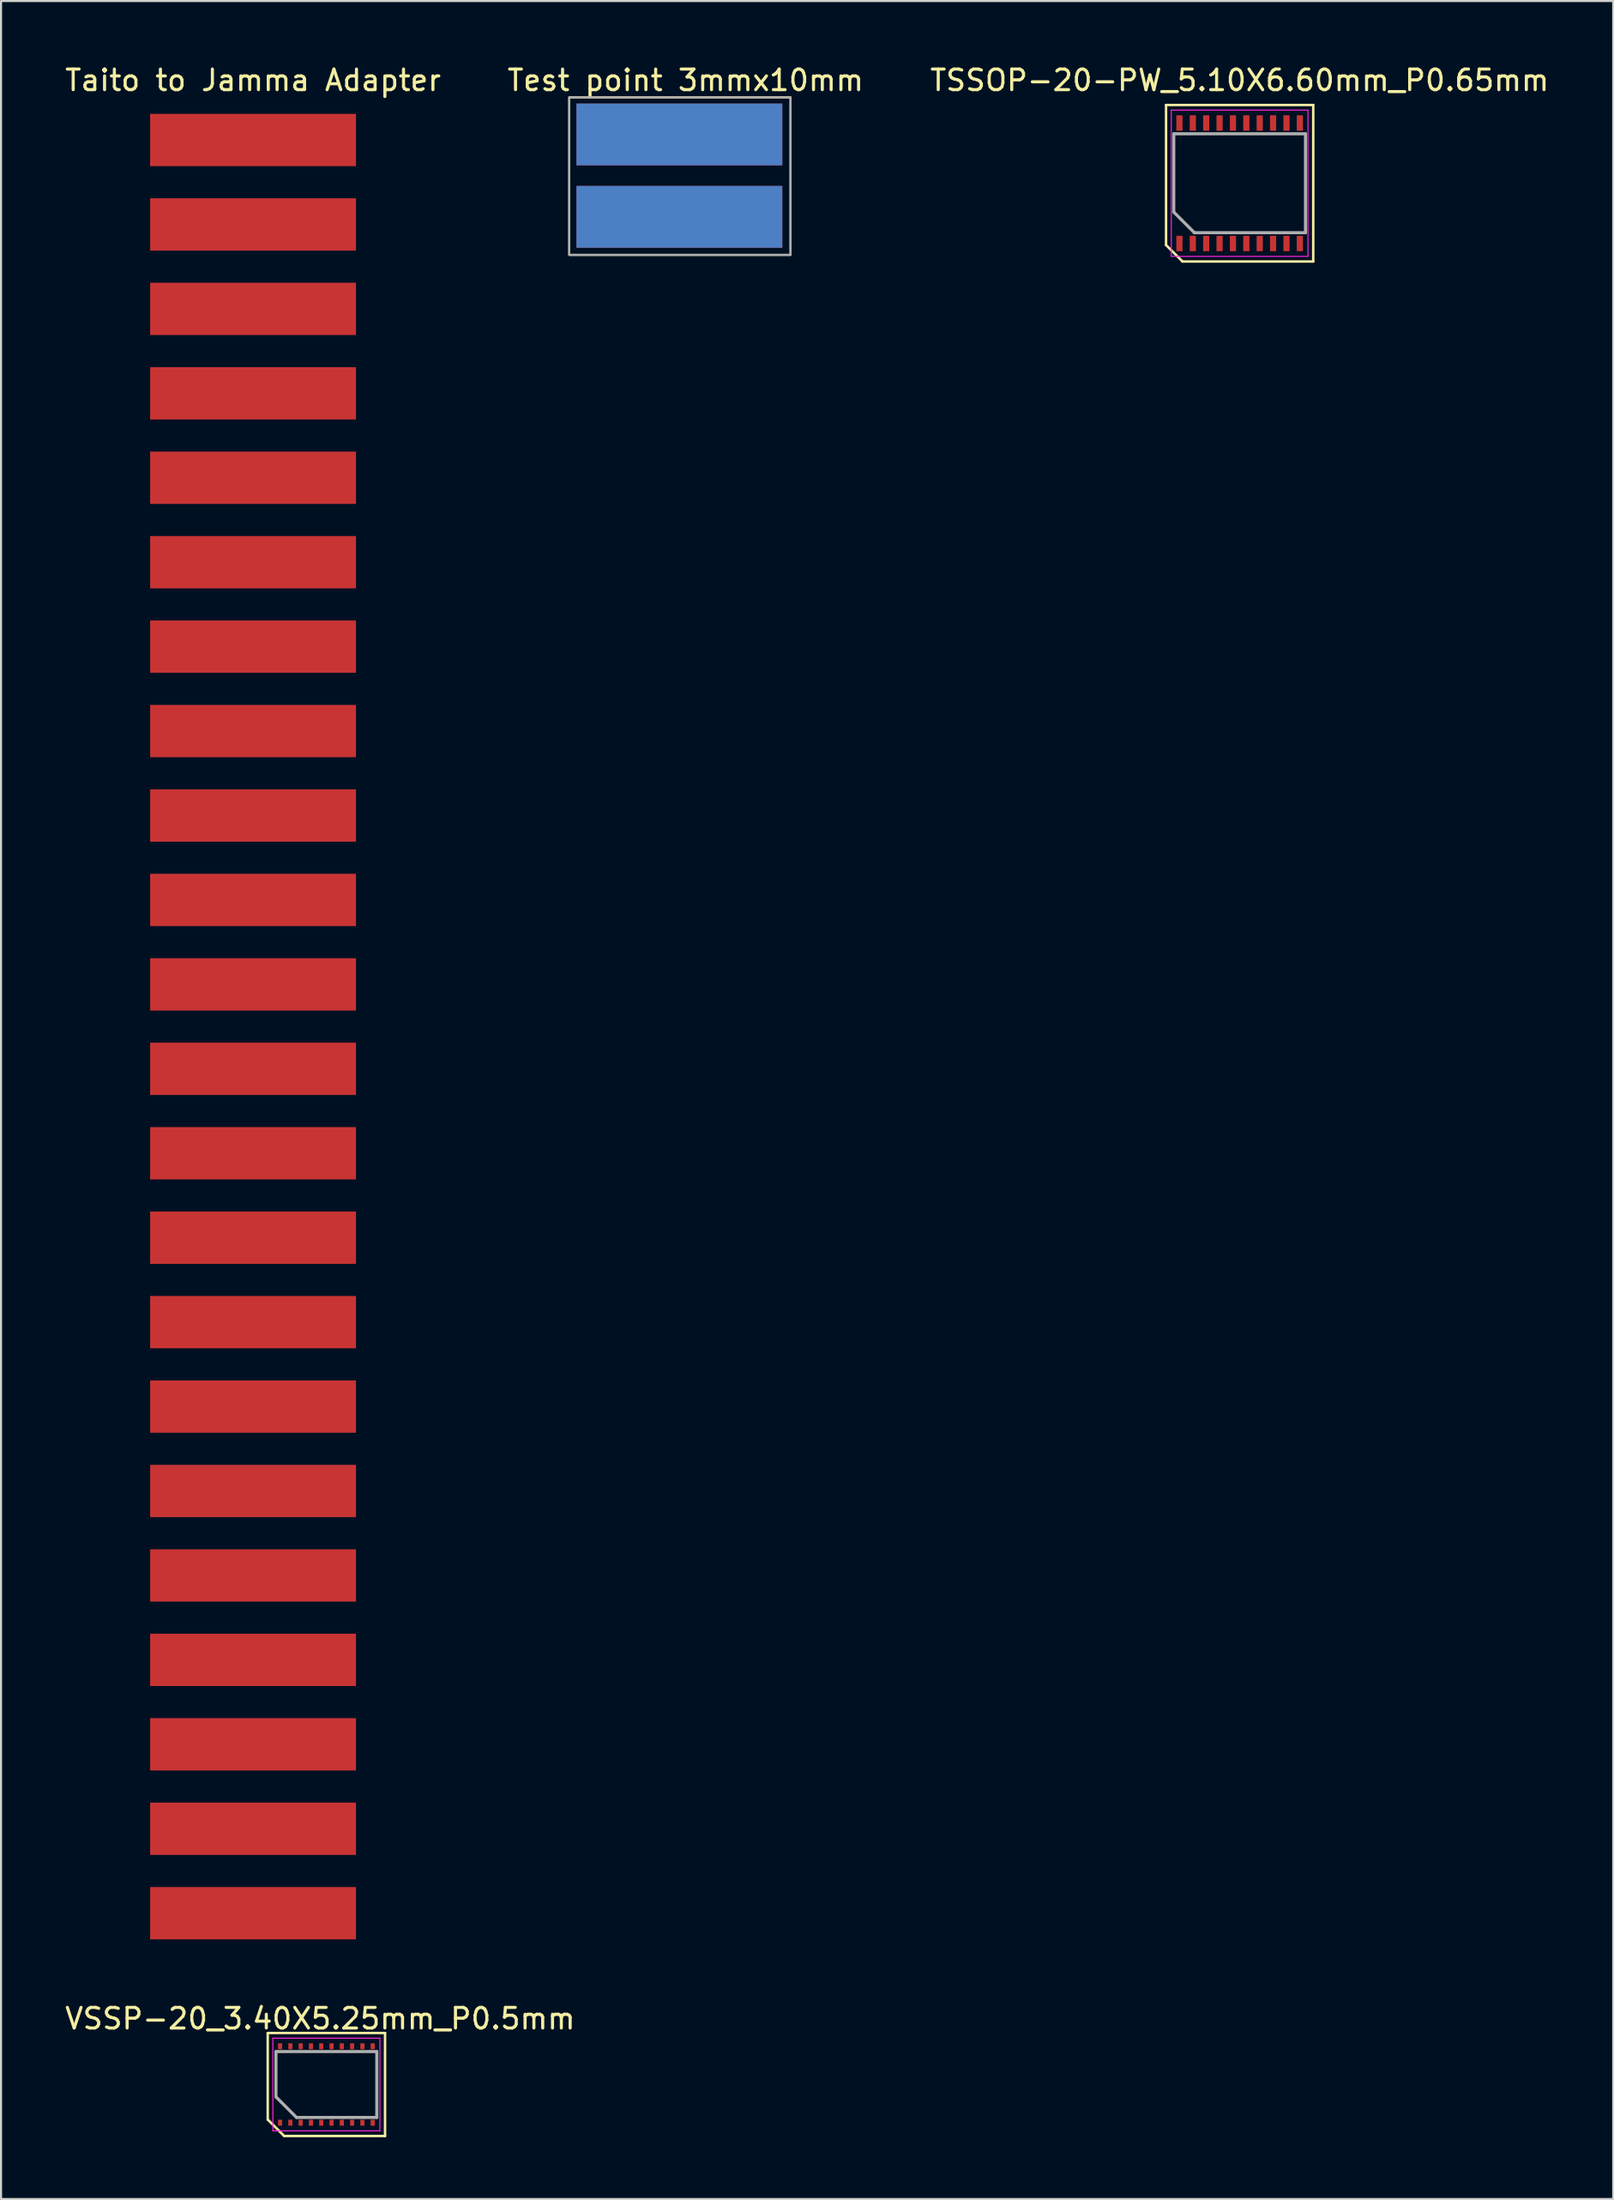
<source format=kicad_pcb>
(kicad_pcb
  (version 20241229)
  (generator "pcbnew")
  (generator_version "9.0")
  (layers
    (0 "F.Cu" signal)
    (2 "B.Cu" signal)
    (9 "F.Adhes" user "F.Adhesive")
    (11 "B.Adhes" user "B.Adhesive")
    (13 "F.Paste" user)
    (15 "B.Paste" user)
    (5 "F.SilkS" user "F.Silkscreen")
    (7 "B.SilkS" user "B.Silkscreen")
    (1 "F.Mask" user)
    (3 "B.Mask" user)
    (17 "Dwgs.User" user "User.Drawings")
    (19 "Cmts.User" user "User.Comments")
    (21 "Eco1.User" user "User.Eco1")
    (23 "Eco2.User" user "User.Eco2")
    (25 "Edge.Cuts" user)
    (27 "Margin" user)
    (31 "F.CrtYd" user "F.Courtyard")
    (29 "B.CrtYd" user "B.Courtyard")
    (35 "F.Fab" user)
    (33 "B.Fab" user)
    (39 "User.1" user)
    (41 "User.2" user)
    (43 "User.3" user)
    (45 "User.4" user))
  (footprint "Test point 3mmx10mm"
    (layer "F.Cu")
    (at 30.106 5.478)
    (property "Reference" "Test point 3mmx10mm" (at 0.15 -4.63 0) (unlocked yes) (layer "F.SilkS") (effects (font (size 1 1) (thickness 0.15))))
    (attr smd allow_missing_courtyard)
    (fp_rect (start -5.5 -3.8) (end 5.25 3.85) (stroke (width 0.1) (type default)) (fill no) (layer "F.SilkS"))
    (fp_rect (start -5.5 -3.8) (end 5.25 3.85) (stroke (width 0.1) (type default)) (fill no) (layer "F.Fab"))
    (pad "1" connect rect (at -0.15 -2 90) (size 3 10) (layers "F.Cu" "F.Mask"))
    (pad "2" connect rect (at -0.15 -2 90) (size 3 10) (layers "B.Cu" "B.Mask"))
    (pad "3" connect rect (at -0.15 2 90) (size 3 10) (layers "F.Cu" "F.Mask"))
    (pad "4" connect rect (at -0.15 2 90) (size 3 10) (layers "B.Cu" "B.Mask")))
  (footprint "VSSP-20_3.40X5.25mm_P0.5mm"
    (layer "F.Cu")
    (at 12.806 98.166)
    (property "Reference" "VSSP-20_3.40X5.25mm_P0.5mm" (at -0.3 -3.2 180) (layer "F.SilkS") (effects (font (size 1 1) (thickness 0.15))))
    (attr smd)
    (fp_line (start -2.85 -2.5) (end 2.85 -2.5) (stroke (width 0.12) (type solid)) (layer "F.SilkS"))
    (fp_line (start -2.85 1.7) (end -2.85 -2.5) (stroke (width 0.12) (type solid)) (layer "F.SilkS"))
    (fp_line (start -2.05 2.5) (end -2.85 1.7) (stroke (width 0.12) (type solid)) (layer "F.SilkS"))
    (fp_line (start 2.85 -2.5) (end 2.85 2.5) (stroke (width 0.12) (type solid)) (layer "F.SilkS"))
    (fp_line (start 2.85 2.5) (end -2.05 2.5) (stroke (width 0.12) (type solid)) (layer "F.SilkS"))
    (fp_line (start -2.6 -2.25) (end 2.6 -2.25) (stroke (width 0.05) (type solid)) (layer "F.CrtYd"))
    (fp_line (start -2.6 2.25) (end -2.6 -2.25) (stroke (width 0.05) (type solid)) (layer "F.CrtYd"))
    (fp_line (start 2.6 -2.25) (end 2.6 2.25) (stroke (width 0.05) (type solid)) (layer "F.CrtYd"))
    (fp_line (start 2.6 2.25) (end -2.6 2.25) (stroke (width 0.05) (type solid)) (layer "F.CrtYd"))
    (fp_line (start -2.45 -1.6) (end 2.45 -1.6) (stroke (width 0.15) (type solid)) (layer "F.Fab"))
    (fp_line (start -2.45 0.6) (end -2.45 -1.6) (stroke (width 0.15) (type solid)) (layer "F.Fab"))
    (fp_line (start -2.45 0.6) (end -1.45 1.6) (stroke (width 0.15) (type solid)) (layer "F.Fab"))
    (fp_line (start 2.45 -1.6) (end 2.45 1.6) (stroke (width 0.15) (type solid)) (layer "F.Fab"))
    (fp_line (start 2.45 1.6) (end -1.45 1.6) (stroke (width 0.15) (type solid)) (layer "F.Fab"))
    (pad "1" smd rect (at -2.25 1.855) (size 0.2 0.29) (layers "F.Cu" "F.Mask" "F.Paste"))
    (pad "2" smd rect (at -1.75 1.855) (size 0.2 0.29) (layers "F.Cu" "F.Mask" "F.Paste"))
    (pad "3" smd rect (at -1.25 1.855) (size 0.2 0.29) (layers "F.Cu" "F.Mask" "F.Paste"))
    (pad "4" smd rect (at -0.75 1.855) (size 0.2 0.29) (layers "F.Cu" "F.Mask" "F.Paste"))
    (pad "5" smd rect (at -0.25 1.855) (size 0.2 0.29) (layers "F.Cu" "F.Mask" "F.Paste"))
    (pad "6" smd rect (at 0.25 1.855) (size 0.2 0.29) (layers "F.Cu" "F.Mask" "F.Paste"))
    (pad "7" smd rect (at 0.75 1.855) (size 0.2 0.29) (layers "F.Cu" "F.Mask" "F.Paste"))
    (pad "8" smd rect (at 1.25 1.855) (size 0.2 0.29) (layers "F.Cu" "F.Mask" "F.Paste"))
    (pad "9" smd rect (at 1.75 1.855) (size 0.2 0.29) (layers "F.Cu" "F.Mask" "F.Paste"))
    (pad "10" smd rect (at 2.25 1.855) (size 0.2 0.29) (layers "F.Cu" "F.Mask" "F.Paste"))
    (pad "11" smd rect (at 2.25 -1.855) (size 0.2 0.29) (layers "F.Cu" "F.Mask" "F.Paste"))
    (pad "12" smd rect (at 1.75 -1.855) (size 0.2 0.29) (layers "F.Cu" "F.Mask" "F.Paste"))
    (pad "13" smd rect (at 1.25 -1.855) (size 0.2 0.29) (layers "F.Cu" "F.Mask" "F.Paste"))
    (pad "14" smd rect (at 0.75 -1.855) (size 0.2 0.29) (layers "F.Cu" "F.Mask" "F.Paste"))
    (pad "15" smd rect (at 0.25 -1.855) (size 0.2 0.29) (layers "F.Cu" "F.Mask" "F.Paste"))
    (pad "16" smd rect (at -0.25 -1.855) (size 0.2 0.29) (layers "F.Cu" "F.Mask" "F.Paste"))
    (pad "17" smd rect (at -0.75 -1.855) (size 0.2 0.29) (layers "F.Cu" "F.Mask" "F.Paste"))
    (pad "18" smd rect (at -1.25 -1.855) (size 0.2 0.29) (layers "F.Cu" "F.Mask" "F.Paste"))
    (pad "19" smd rect (at -1.75 -1.855) (size 0.2 0.29) (layers "F.Cu" "F.Mask" "F.Paste"))
    (pad "20" smd rect (at -2.25 -1.855) (size 0.2 0.29) (layers "F.Cu" "F.Mask" "F.Paste")))
  (footprint "TSSOP-20-PW_5.10X6.60mm_P0.65mm"
    (layer "F.Cu")
    (at 57.173 5.848)
    (property "Reference" "TSSOP-20-PW_5.10X6.60mm_P0.65mm" (at 0 -5 180) (layer "F.SilkS") (effects (font (size 1 1) (thickness 0.15))))
    (attr smd)
    (fp_line (start -3.575 -3.8) (end 3.575 -3.8) (stroke (width 0.12) (type solid)) (layer "F.SilkS"))
    (fp_line (start -3.575 3) (end -3.575 -3.8) (stroke (width 0.12) (type solid)) (layer "F.SilkS"))
    (fp_line (start -2.775 3.8) (end -3.575 3) (stroke (width 0.12) (type solid)) (layer "F.SilkS"))
    (fp_line (start 3.575 -3.8) (end 3.575 3.8) (stroke (width 0.12) (type solid)) (layer "F.SilkS"))
    (fp_line (start 3.575 3.8) (end -2.775 3.8) (stroke (width 0.12) (type solid)) (layer "F.SilkS"))
    (fp_line (start -3.32 -3.55) (end 3.32 -3.55) (stroke (width 0.05) (type solid)) (layer "F.CrtYd"))
    (fp_line (start -3.32 3.55) (end -3.32 -3.55) (stroke (width 0.05) (type solid)) (layer "F.CrtYd"))
    (fp_line (start 3.32 -3.55) (end 3.32 3.55) (stroke (width 0.05) (type solid)) (layer "F.CrtYd"))
    (fp_line (start 3.32 3.55) (end -3.32 3.55) (stroke (width 0.05) (type solid)) (layer "F.CrtYd"))
    (fp_line (start -3.2 -2.4) (end 3.2 -2.4) (stroke (width 0.15) (type solid)) (layer "F.Fab"))
    (fp_line (start -3.2 1.4) (end -3.2 -2.4) (stroke (width 0.15) (type solid)) (layer "F.Fab"))
    (fp_line (start -2.2 2.4) (end -3.2 1.4) (stroke (width 0.15) (type solid)) (layer "F.Fab"))
    (fp_line (start 3.2 -2.4) (end 3.2 2.4) (stroke (width 0.15) (type solid)) (layer "F.Fab"))
    (fp_line (start 3.2 2.4) (end -2.2 2.4) (stroke (width 0.15) (type solid)) (layer "F.Fab"))
    (pad "1" smd rect (at -2.925 2.925) (size 0.3 0.75) (layers "F.Cu" "F.Mask" "F.Paste"))
    (pad "2" smd rect (at -2.275 2.925) (size 0.3 0.75) (layers "F.Cu" "F.Mask" "F.Paste"))
    (pad "3" smd rect (at -1.625 2.925) (size 0.3 0.75) (layers "F.Cu" "F.Mask" "F.Paste"))
    (pad "4" smd rect (at -0.975 2.925) (size 0.3 0.75) (layers "F.Cu" "F.Mask" "F.Paste"))
    (pad "5" smd rect (at -0.325 2.925) (size 0.3 0.75) (layers "F.Cu" "F.Mask" "F.Paste"))
    (pad "6" smd rect (at 0.325 2.925) (size 0.3 0.75) (layers "F.Cu" "F.Mask" "F.Paste"))
    (pad "7" smd rect (at 0.975 2.925) (size 0.3 0.75) (layers "F.Cu" "F.Mask" "F.Paste"))
    (pad "8" smd rect (at 1.625 2.925) (size 0.3 0.75) (layers "F.Cu" "F.Mask" "F.Paste"))
    (pad "9" smd rect (at 2.275 2.925) (size 0.3 0.75) (layers "F.Cu" "F.Mask" "F.Paste"))
    (pad "10" smd rect (at 2.925 2.925) (size 0.3 0.75) (layers "F.Cu" "F.Mask" "F.Paste"))
    (pad "11" smd rect (at 2.925 -2.925) (size 0.3 0.75) (layers "F.Cu" "F.Mask" "F.Paste"))
    (pad "12" smd rect (at 2.275 -2.925) (size 0.3 0.75) (layers "F.Cu" "F.Mask" "F.Paste"))
    (pad "13" smd rect (at 1.625 -2.925) (size 0.3 0.75) (layers "F.Cu" "F.Mask" "F.Paste"))
    (pad "14" smd rect (at 0.975 -2.925) (size 0.3 0.75) (layers "F.Cu" "F.Mask" "F.Paste"))
    (pad "15" smd rect (at 0.325 -2.925) (size 0.3 0.75) (layers "F.Cu" "F.Mask" "F.Paste"))
    (pad "16" smd rect (at -0.325 -2.925) (size 0.3 0.75) (layers "F.Cu" "F.Mask" "F.Paste"))
    (pad "17" smd rect (at -0.975 -2.925) (size 0.3 0.75) (layers "F.Cu" "F.Mask" "F.Paste"))
    (pad "18" smd rect (at -1.625 -2.925) (size 0.3 0.75) (layers "F.Cu" "F.Mask" "F.Paste"))
    (pad "19" smd rect (at -2.275 -2.925) (size 0.3 0.75) (layers "F.Cu" "F.Mask" "F.Paste"))
    (pad "20" smd rect (at -2.925 -2.925) (size 0.3 0.75) (layers "F.Cu" "F.Mask" "F.Paste")))
  (footprint "Taito to Jamma Adapter"
    (layer "F.Cu")
    (at 9.244 44.848)
    (property "Reference" "Taito to Jamma Adapter" (at 0 -44 0) (unlocked yes) (layer "F.SilkS") (effects (font (size 1 1) (thickness 0.15))))
    (attr smd)
    (pad "1" connect rect (at 0 -41.1 90) (size 2.54 10) (layers "F.Cu" "F.Mask"))
    (pad "2" connect rect (at 0 -37 90) (size 2.54 10) (layers "F.Cu" "F.Mask"))
    (pad "3" connect rect (at 0 -32.9 90) (size 2.54 10) (layers "F.Cu" "F.Mask"))
    (pad "4" connect rect (at 0 -28.8 90) (size 2.54 10) (layers "F.Cu" "F.Mask"))
    (pad "5" connect rect (at 0 -24.7 90) (size 2.54 10) (layers "F.Cu" "F.Mask"))
    (pad "6" connect rect (at 0 -20.6 90) (size 2.54 10) (layers "F.Cu" "F.Mask"))
    (pad "7" connect rect (at 0 -16.5 90) (size 2.54 10) (layers "F.Cu" "F.Mask"))
    (pad "8" connect rect (at 0 -12.4 90) (size 2.54 10) (layers "F.Cu" "F.Mask"))
    (pad "9" connect rect (at 0 -8.3 90) (size 2.54 10) (layers "F.Cu" "F.Mask"))
    (pad "10" connect rect (at 0 -4.2 90) (size 2.54 10) (layers "F.Cu" "F.Mask"))
    (pad "11" connect rect (at 0 -0.1 90) (size 2.54 10) (layers "F.Cu" "F.Mask"))
    (pad "12" connect rect (at 0 4 90) (size 2.54 10) (layers "F.Cu" "F.Mask"))
    (pad "13" connect rect (at 0 8.1 90) (size 2.54 10) (layers "F.Cu" "F.Mask"))
    (pad "14" connect rect (at 0 12.2 90) (size 2.54 10) (layers "F.Cu" "F.Mask"))
    (pad "15" connect rect (at 0 16.3 90) (size 2.54 10) (layers "F.Cu" "F.Mask"))
    (pad "16" connect rect (at 0 20.4 90) (size 2.54 10) (layers "F.Cu" "F.Mask"))
    (pad "17" connect rect (at 0 24.5 90) (size 2.54 10) (layers "F.Cu" "F.Mask"))
    (pad "18" connect rect (at 0 28.6 90) (size 2.54 10) (layers "F.Cu" "F.Mask"))
    (pad "19" connect rect (at 0 32.7 90) (size 2.54 10) (layers "F.Cu" "F.Mask"))
    (pad "20" connect rect (at 0 36.8 90) (size 2.54 10) (layers "F.Cu" "F.Mask"))
    (pad "21" connect rect (at 0 40.9 90) (size 2.54 10) (layers "F.Cu" "F.Mask"))
    (pad "22" connect rect (at 0 45 90) (size 2.54 10) (layers "F.Cu" "F.Mask")))
  (gr_rect
    (start -3 -3)
    (end 75.321 103.727)
    (stroke (width 0.1) (type default))
    (fill no)
    (layer "Edge.Cuts")))
</source>
